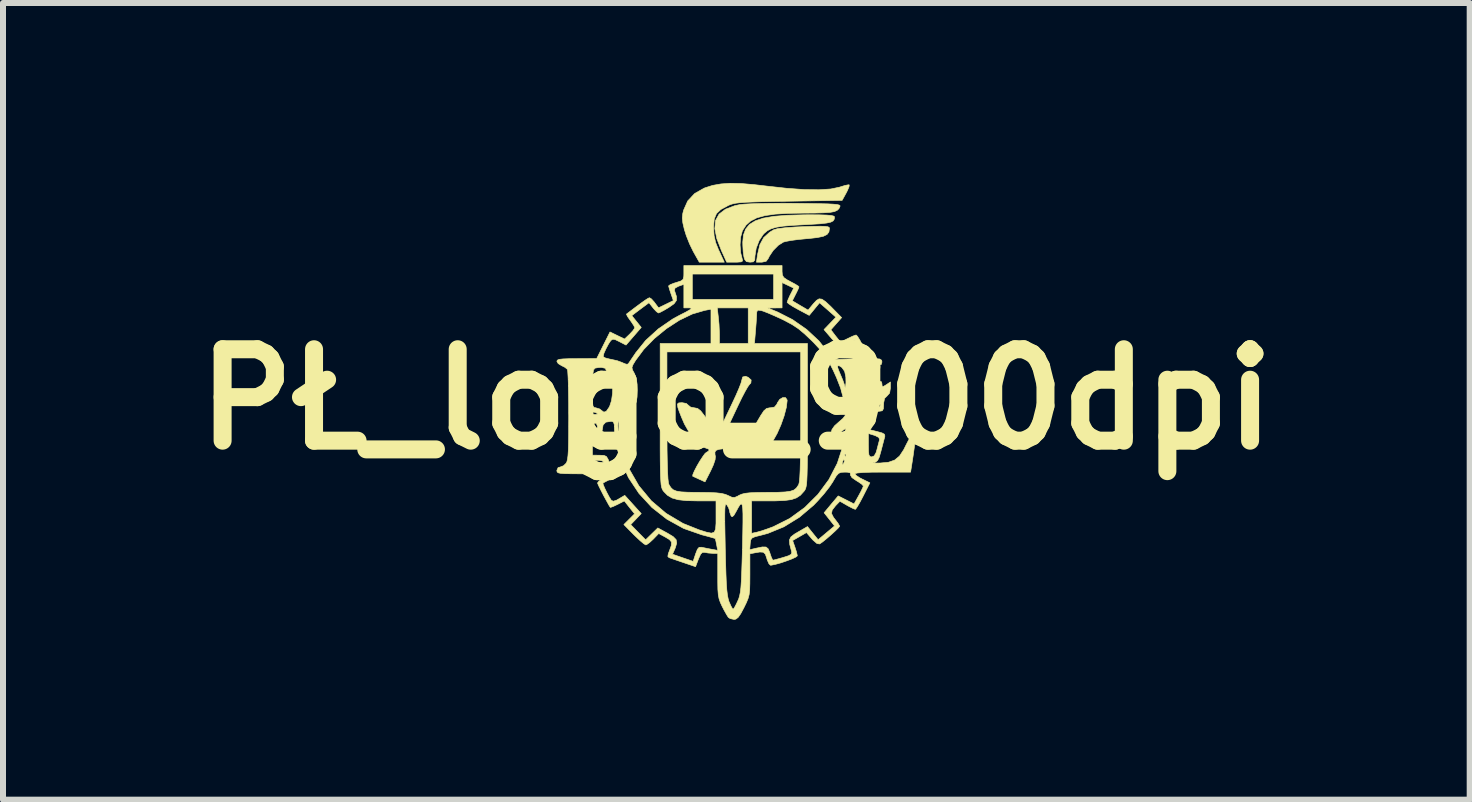
<source format=kicad_pcb>
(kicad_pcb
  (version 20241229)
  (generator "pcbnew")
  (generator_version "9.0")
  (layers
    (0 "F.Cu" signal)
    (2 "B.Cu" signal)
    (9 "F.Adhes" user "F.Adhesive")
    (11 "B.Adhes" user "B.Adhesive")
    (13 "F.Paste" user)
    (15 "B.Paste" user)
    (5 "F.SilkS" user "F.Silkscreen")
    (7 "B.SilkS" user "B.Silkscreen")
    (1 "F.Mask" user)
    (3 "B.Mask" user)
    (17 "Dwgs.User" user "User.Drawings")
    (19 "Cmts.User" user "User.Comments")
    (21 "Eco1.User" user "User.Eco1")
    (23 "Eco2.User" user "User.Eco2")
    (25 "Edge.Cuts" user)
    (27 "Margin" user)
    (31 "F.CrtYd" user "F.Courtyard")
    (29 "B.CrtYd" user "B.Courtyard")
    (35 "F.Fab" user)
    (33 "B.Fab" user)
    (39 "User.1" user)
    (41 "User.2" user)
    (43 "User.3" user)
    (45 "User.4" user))
  (footprint "PŁ_logo_900dpi"
    (layer "F.Cu")
    (at 9.224 3.606)
    (property "Reference" "PŁ_logo_900dpi" (at 0 0 0) (layer "F.SilkS") (effects (font (size 1.524 1.524) (thickness 0.3))))
    (attr through_hole)
    (fp_poly (pts (xy 1.482 -2.882) (xy 1.527 -2.876) (xy 1.548 -2.864) (xy 1.552 -2.849) (xy 1.543 -2.79) (xy 1.512 -2.748) (xy 1.449 -2.717) (xy 1.348 -2.696) (xy 1.199 -2.679) (xy 1.169 -2.677) (xy 1.034 -2.664) (xy 0.913 -2.648) (xy 0.822 -2.631) (xy 0.783 -2.62) (xy 0.699 -2.567) (xy 0.614 -2.481) (xy 0.549 -2.384) (xy 0.534 -2.351) (xy 0.497 -2.301) (xy 0.428 -2.286) (xy 0.422 -2.286) (xy 0.335 -2.286) (xy 0.355 -2.42) (xy 0.392 -2.577) (xy 0.455 -2.694) (xy 0.555 -2.785) (xy 0.621 -2.825) (xy 0.686 -2.844) (xy 0.806 -2.859) (xy 0.977 -2.872) (xy 1.122 -2.878) (xy 1.288 -2.883) (xy 1.405 -2.885) (xy 1.482 -2.882)) (stroke (width 0.01) (type solid)) (fill yes) (layer "F.SilkS"))
    (fp_poly (pts (xy 1.381 -3.075) (xy 1.505 -3.071) (xy 1.584 -3.064) (xy 1.626 -3.053) (xy 1.636 -3.041) (xy 1.632 -3.003) (xy 1.613 -2.974) (xy 1.573 -2.953) (xy 1.504 -2.938) (xy 1.399 -2.926) (xy 1.25 -2.917) (xy 1.126 -2.91) (xy 0.928 -2.899) (xy 0.777 -2.886) (xy 0.664 -2.868) (xy 0.58 -2.843) (xy 0.516 -2.81) (xy 0.463 -2.765) (xy 0.446 -2.746) (xy 0.38 -2.646) (xy 0.331 -2.519) (xy 0.311 -2.395) (xy 0.31 -2.386) (xy 0.306 -2.319) (xy 0.282 -2.291) (xy 0.228 -2.286) (xy 0.168 -2.295) (xy 0.138 -2.333) (xy 0.126 -2.377) (xy 0.114 -2.46) (xy 0.108 -2.566) (xy 0.107 -2.621) (xy 0.119 -2.74) (xy 0.155 -2.837) (xy 0.219 -2.915) (xy 0.316 -2.975) (xy 0.45 -3.02) (xy 0.626 -3.05) (xy 0.847 -3.068) (xy 1.119 -3.075) (xy 1.206 -3.076) (xy 1.381 -3.075)) (stroke (width 0.01) (type solid)) (fill yes) (layer "F.SilkS"))
    (fp_poly (pts (xy 0.975 -3.267) (xy 1.205 -3.264) (xy 1.384 -3.261) (xy 1.519 -3.258) (xy 1.615 -3.253) (xy 1.678 -3.247) (xy 1.714 -3.238) (xy 1.728 -3.228) (xy 1.728 -3.217) (xy 1.71 -3.178) (xy 1.681 -3.15) (xy 1.634 -3.129) (xy 1.561 -3.116) (xy 1.453 -3.109) (xy 1.304 -3.105) (xy 1.129 -3.104) (xy 0.863 -3.1) (xy 0.647 -3.087) (xy 0.475 -3.062) (xy 0.341 -3.025) (xy 0.238 -2.972) (xy 0.162 -2.904) (xy 0.105 -2.817) (xy 0.099 -2.804) (xy 0.071 -2.703) (xy 0.062 -2.574) (xy 0.072 -2.442) (xy 0.099 -2.335) (xy 0.104 -2.306) (xy 0.08 -2.291) (xy 0.015 -2.286) (xy -0.021 -2.286) (xy -0.161 -2.286) (xy -0.248 -2.477) (xy -0.325 -2.677) (xy -0.359 -2.844) (xy -0.347 -2.98) (xy -0.288 -3.087) (xy -0.182 -3.168) (xy -0.028 -3.227) (xy 0.059 -3.246) (xy 0.127 -3.253) (xy 0.243 -3.259) (xy 0.397 -3.264) (xy 0.579 -3.267) (xy 0.782 -3.268) (xy 0.975 -3.267)) (stroke (width 0.01) (type solid)) (fill yes) (layer "F.SilkS"))
    (fp_poly (pts (xy 0.08 -3.597) (xy 0.3 -3.578) (xy 0.508 -3.554) (xy 0.843 -3.517) (xy 1.134 -3.496) (xy 1.379 -3.493) (xy 1.575 -3.506) (xy 1.719 -3.536) (xy 1.731 -3.54) (xy 1.811 -3.565) (xy 1.868 -3.576) (xy 1.882 -3.574) (xy 1.878 -3.543) (xy 1.852 -3.481) (xy 1.83 -3.438) (xy 1.763 -3.316) (xy 0.874 -3.302) (xy 0.625 -3.298) (xy 0.425 -3.294) (xy 0.269 -3.289) (xy 0.148 -3.284) (xy 0.058 -3.277) (xy -0.01 -3.269) (xy -0.061 -3.258) (xy -0.103 -3.245) (xy -0.141 -3.228) (xy -0.259 -3.164) (xy -0.331 -3.096) (xy -0.368 -3.008) (xy -0.379 -2.885) (xy -0.379 -2.854) (xy -0.371 -2.726) (xy -0.345 -2.613) (xy -0.294 -2.485) (xy -0.289 -2.477) (xy -0.201 -2.286) (xy -0.618 -2.286) (xy -0.718 -2.464) (xy -0.779 -2.589) (xy -0.835 -2.73) (xy -0.866 -2.829) (xy -0.892 -2.94) (xy -0.901 -3.022) (xy -0.893 -3.097) (xy -0.879 -3.153) (xy -0.811 -3.306) (xy -0.695 -3.43) (xy -0.538 -3.519) (xy -0.521 -3.526) (xy -0.394 -3.566) (xy -0.257 -3.59) (xy -0.103 -3.601) (xy 0.08 -3.597)) (stroke (width 0.01) (type solid)) (fill yes) (layer "F.SilkS"))
    (fp_poly (pts (xy 0.197 -0.367) (xy 0.247 -0.322) (xy 0.242 -0.272) (xy 0.215 -0.243) (xy 0.189 -0.206) (xy 0.145 -0.129) (xy 0.09 -0.024) (xy 0.034 0.092) (xy -0.109 0.395) (xy 0.333 0.395) (xy 0.408 0.268) (xy 0.459 0.191) (xy 0.504 0.152) (xy 0.558 0.141) (xy 0.568 0.141) (xy 0.635 0.13) (xy 0.674 0.084) (xy 0.686 0.056) (xy 0.724 0.000007) (xy 0.774 -0.029) (xy 0.82 -0.028) (xy 0.845 0.008) (xy 0.847 0.022) (xy 0.833 0.136) (xy 0.796 0.277) (xy 0.743 0.427) (xy 0.68 0.569) (xy 0.615 0.685) (xy 0.572 0.741) (xy 0.497 0.818) (xy 0.082 0.818) (xy -0.089 0.819) (xy -0.212 0.824) (xy -0.292 0.834) (xy -0.338 0.851) (xy -0.357 0.879) (xy -0.356 0.92) (xy -0.349 0.953) (xy -0.354 1.007) (xy -0.383 1.093) (xy -0.428 1.192) (xy -0.522 1.376) (xy -0.621 1.331) (xy -0.686 1.301) (xy -0.725 1.283) (xy -0.728 1.281) (xy -0.725 1.254) (xy -0.699 1.193) (xy -0.658 1.114) (xy -0.609 1.03) (xy -0.56 0.955) (xy -0.521 0.902) (xy -0.502 0.887) (xy -0.459 0.86) (xy -0.457 0.831) (xy -0.495 0.818) (xy -0.555 0.795) (xy -0.632 0.733) (xy -0.715 0.642) (xy -0.795 0.535) (xy -0.86 0.421) (xy -0.869 0.403) (xy -0.915 0.297) (xy -0.953 0.201) (xy -0.975 0.136) (xy -0.975 0.134) (xy -0.983 0.08) (xy -0.961 0.06) (xy -0.905 0.056) (xy -0.834 0.069) (xy -0.8 0.099) (xy -0.762 0.13) (xy -0.704 0.141) (xy -0.646 0.152) (xy -0.594 0.193) (xy -0.536 0.268) (xy -0.48 0.343) (xy -0.434 0.381) (xy -0.378 0.394) (xy -0.337 0.395) (xy -0.225 0.395) (xy -0.067 0.064) (xy -0.007 -0.065) (xy 0.042 -0.178) (xy 0.076 -0.265) (xy 0.09 -0.314) (xy 0.09 -0.317) (xy 0.105 -0.372) (xy 0.153 -0.384) (xy 0.197 -0.367)) (stroke (width 0.01) (type solid)) (fill yes) (layer "F.SilkS"))
    (fp_poly (pts (xy 0.762 -2.131) (xy 0.767 -2.072) (xy 0.79 -2.031) (xy 0.844 -1.993) (xy 0.903 -1.961) (xy 0.98 -1.92) (xy 1.031 -1.888) (xy 1.044 -1.875) (xy 1.033 -1.843) (xy 1.003 -1.78) (xy 0.988 -1.751) (xy 0.933 -1.642) (xy 1.064 -1.564) (xy 1.196 -1.487) (xy 1.285 -1.594) (xy 1.336 -1.649) (xy 1.38 -1.675) (xy 1.427 -1.669) (xy 1.487 -1.628) (xy 1.571 -1.55) (xy 1.618 -1.502) (xy 1.755 -1.362) (xy 1.576 -1.159) (xy 1.652 -1.059) (xy 1.7 -0.999) (xy 1.734 -0.964) (xy 1.74 -0.96) (xy 1.77 -0.971) (xy 1.832 -1.001) (xy 1.863 -1.016) (xy 1.935 -1.051) (xy 1.987 -1.07) (xy 1.997 -1.072) (xy 2.02 -1.049) (xy 2.059 -0.986) (xy 2.106 -0.897) (xy 2.117 -0.875) (xy 2.166 -0.776) (xy 2.202 -0.717) (xy 2.236 -0.688) (xy 2.278 -0.678) (xy 2.32 -0.677) (xy 2.391 -0.672) (xy 2.422 -0.651) (xy 2.427 -0.621) (xy 2.414 -0.579) (xy 2.364 -0.565) (xy 2.343 -0.564) (xy 2.264 -0.543) (xy 2.217 -0.478) (xy 2.201 -0.366) (xy 2.201 -0.365) (xy 2.204 -0.308) (xy 2.224 -0.286) (xy 2.275 -0.287) (xy 2.314 -0.293) (xy 2.386 -0.301) (xy 2.419 -0.292) (xy 2.427 -0.259) (xy 2.427 -0.254) (xy 2.431 -0.216) (xy 2.452 -0.215) (xy 2.498 -0.242) (xy 2.568 -0.289) (xy 2.568 -0.188) (xy 2.555 -0.104) (xy 2.513 -0.057) (xy 2.512 -0.056) (xy 2.471 -0.016) (xy 2.456 0.058) (xy 2.455 0.086) (xy 2.451 0.158) (xy 2.432 0.191) (xy 2.392 0.198) (xy 2.29 0.206) (xy 2.232 0.233) (xy 2.206 0.292) (xy 2.201 0.367) (xy 2.201 0.502) (xy 2.345 0.537) (xy 2.428 0.56) (xy 2.468 0.582) (xy 2.476 0.612) (xy 2.472 0.631) (xy 2.456 0.69) (xy 2.432 0.782) (xy 2.41 0.866) (xy 2.382 0.964) (xy 2.355 1.019) (xy 2.322 1.046) (xy 2.29 1.054) (xy 2.277 1.06) (xy 2.313 1.063) (xy 2.39 1.062) (xy 2.399 1.062) (xy 2.537 1.049) (xy 2.639 1.013) (xy 2.72 0.946) (xy 2.791 0.838) (xy 2.83 0.759) (xy 2.878 0.666) (xy 2.922 0.597) (xy 2.953 0.566) (xy 2.956 0.565) (xy 2.989 0.583) (xy 2.992 0.594) (xy 2.988 0.636) (xy 2.977 0.718) (xy 2.963 0.826) (xy 2.946 0.947) (xy 2.928 1.063) (xy 2.919 1.122) (xy 2.904 1.214) (xy 2.44 1.214) (xy 2.253 1.215) (xy 2.112 1.22) (xy 2.018 1.228) (xy 1.977 1.239) (xy 1.976 1.242) (xy 1.999 1.27) (xy 2.058 1.309) (xy 2.101 1.331) (xy 2.226 1.392) (xy 2.114 1.613) (xy 2.062 1.712) (xy 2.018 1.788) (xy 1.989 1.83) (xy 1.982 1.834) (xy 1.947 1.821) (xy 1.882 1.788) (xy 1.844 1.767) (xy 1.726 1.699) (xy 1.653 1.775) (xy 1.598 1.845) (xy 1.586 1.903) (xy 1.619 1.968) (xy 1.651 2.009) (xy 1.696 2.068) (xy 1.72 2.11) (xy 1.722 2.115) (xy 1.702 2.142) (xy 1.65 2.193) (xy 1.58 2.257) (xy 1.505 2.322) (xy 1.436 2.378) (xy 1.388 2.411) (xy 1.344 2.404) (xy 1.279 2.348) (xy 1.26 2.327) (xy 1.169 2.221) (xy 1.053 2.288) (xy 0.938 2.354) (xy 0.977 2.465) (xy 1.002 2.543) (xy 1.015 2.6) (xy 1.016 2.61) (xy 0.991 2.63) (xy 0.927 2.66) (xy 0.839 2.693) (xy 0.742 2.726) (xy 0.652 2.751) (xy 0.583 2.765) (xy 0.568 2.766) (xy 0.543 2.741) (xy 0.516 2.68) (xy 0.508 2.653) (xy 0.484 2.582) (xy 0.45 2.549) (xy 0.392 2.545) (xy 0.314 2.558) (xy 0.226 2.575) (xy 0.226 2.925) (xy 0.225 3.072) (xy 0.222 3.178) (xy 0.213 3.256) (xy 0.195 3.322) (xy 0.167 3.39) (xy 0.127 3.472) (xy 0.072 3.575) (xy 0.029 3.636) (xy -0.008 3.664) (xy -0.039 3.669) (xy -0.103 3.655) (xy -0.134 3.634) (xy -0.162 3.59) (xy -0.204 3.515) (xy -0.237 3.451) (xy -0.267 3.386) (xy -0.288 3.326) (xy -0.301 3.258) (xy -0.308 3.168) (xy -0.31 3.045) (xy -0.31 2.936) (xy -0.31 2.568) (xy -0.388 2.568) (xy -0.47 2.562) (xy -0.525 2.552) (xy -0.564 2.551) (xy -0.595 2.581) (xy -0.628 2.653) (xy -0.632 2.663) (xy -0.68 2.79) (xy -0.883 2.721) (xy -0.986 2.686) (xy -1.07 2.657) (xy -1.119 2.64) (xy -1.122 2.639) (xy -1.142 2.619) (xy -1.134 2.573) (xy -1.115 2.523) (xy -1.083 2.435) (xy -1.081 2.379) (xy -1.115 2.338) (xy -1.183 2.297) (xy -1.294 2.237) (xy -1.386 2.332) (xy -1.447 2.388) (xy -1.496 2.423) (xy -1.509 2.427) (xy -1.542 2.408) (xy -1.602 2.358) (xy -1.679 2.286) (xy -1.708 2.258) (xy -1.875 2.088) (xy -1.786 1.999) (xy -1.696 1.909) (xy -1.782 1.802) (xy -1.867 1.694) (xy -1.98 1.752) (xy -2.05 1.785) (xy -2.094 1.801) (xy -2.101 1.801) (xy -2.126 1.762) (xy -2.165 1.691) (xy -2.212 1.605) (xy -2.257 1.517) (xy -2.294 1.443) (xy -2.313 1.399) (xy -2.314 1.394) (xy -2.292 1.365) (xy -2.236 1.326) (xy -2.218 1.316) (xy -2.122 1.264) (xy -2.168 1.14) (xy -2.2 1.064) (xy -2.233 1.027) (xy -2.283 1.017) (xy -2.311 1.016) (xy -2.374 1.018) (xy -2.389 1.031) (xy -2.364 1.064) (xy -2.357 1.072) (xy -2.299 1.115) (xy -2.253 1.129) (xy -2.21 1.151) (xy -2.201 1.185) (xy -2.204 1.208) (xy -2.219 1.223) (xy -2.254 1.233) (xy -2.318 1.239) (xy -2.419 1.241) (xy -2.567 1.242) (xy -2.596 1.242) (xy -2.753 1.241) (xy -2.861 1.239) (xy -2.931 1.234) (xy -2.97 1.225) (xy -2.987 1.211) (xy -2.992 1.19) (xy -2.992 1.185) (xy -2.971 1.138) (xy -2.937 1.129) (xy -2.88 1.107) (xy -2.838 1.066) (xy -2.824 1.039) (xy -2.814 0.997) (xy -2.806 0.934) (xy -2.8 0.842) (xy -2.798 0.761) (xy -2.399 0.761) (xy -2.399 0.931) (xy -2.279 0.932) (xy -2.207 0.935) (xy -2.166 0.953) (xy -2.138 0.999) (xy -2.114 1.066) (xy -2.084 1.154) (xy -2.057 1.226) (xy -2.048 1.247) (xy -2.048 1.287) (xy -2.09 1.325) (xy -2.121 1.342) (xy -2.185 1.375) (xy -2.222 1.396) (xy -2.224 1.398) (xy -2.218 1.425) (xy -2.193 1.484) (xy -2.157 1.557) (xy -2.119 1.628) (xy -2.087 1.679) (xy -2.083 1.684) (xy -2.051 1.699) (xy -1.994 1.68) (xy -1.958 1.659) (xy -1.86 1.601) (xy -1.585 1.905) (xy -1.673 1.997) (xy -1.761 2.089) (xy -1.637 2.216) (xy -1.512 2.342) (xy -1.309 2.144) (xy -1.149 2.231) (xy -1.053 2.289) (xy -1.004 2.339) (xy -0.994 2.396) (xy -1.017 2.475) (xy -1.027 2.498) (xy -1.064 2.582) (xy -0.892 2.642) (xy -0.72 2.701) (xy -0.679 2.577) (xy -0.649 2.5) (xy -0.62 2.467) (xy -0.581 2.466) (xy -0.58 2.466) (xy -0.513 2.48) (xy -0.427 2.497) (xy -0.416 2.499) (xy -0.311 2.518) (xy -0.329 2.423) (xy -0.342 2.358) (xy -0.351 2.323) (xy -0.352 2.321) (xy -0.38 2.312) (xy -0.449 2.292) (xy -0.546 2.266) (xy -0.575 2.259) (xy -0.878 2.153) (xy -1.157 1.999) (xy -1.407 1.803) (xy -1.623 1.569) (xy -1.799 1.304) (xy -1.929 1.013) (xy -1.976 0.858) (xy -2.004 0.732) (xy -2.024 0.607) (xy -2.032 0.508) (xy -2.032 0.503) (xy -2.034 0.448) (xy -1.975 0.448) (xy -1.961 0.603) (xy -1.922 0.786) (xy -1.865 0.974) (xy -1.794 1.148) (xy -1.793 1.15) (xy -1.626 1.44) (xy -1.418 1.691) (xy -1.171 1.901) (xy -0.889 2.069) (xy -0.621 2.176) (xy -0.497 2.215) (xy -0.416 2.231) (xy -0.369 2.216) (xy -0.346 2.164) (xy -0.339 2.067) (xy -0.339 1.961) (xy -0.339 1.913) (xy -0.193 1.913) (xy -0.193 2.035) (xy -0.19 2.2) (xy -0.186 2.415) (xy -0.185 2.484) (xy -0.179 2.724) (xy -0.173 2.915) (xy -0.167 3.063) (xy -0.159 3.176) (xy -0.149 3.26) (xy -0.137 3.322) (xy -0.123 3.37) (xy -0.119 3.38) (xy -0.087 3.451) (xy -0.061 3.494) (xy -0.054 3.499) (xy -0.034 3.476) (xy -0.002 3.416) (xy 0.022 3.365) (xy 0.041 3.321) (xy 0.055 3.272) (xy 0.067 3.213) (xy 0.076 3.135) (xy 0.083 3.03) (xy 0.089 2.892) (xy 0.095 2.713) (xy 0.101 2.507) (xy 0.223 2.507) (xy 0.33 2.482) (xy 0.432 2.461) (xy 0.494 2.462) (xy 0.53 2.491) (xy 0.556 2.551) (xy 0.561 2.568) (xy 0.585 2.638) (xy 0.606 2.678) (xy 0.611 2.681) (xy 0.644 2.674) (xy 0.715 2.655) (xy 0.781 2.636) (xy 0.869 2.608) (xy 0.913 2.584) (xy 0.924 2.555) (xy 0.919 2.53) (xy 0.89 2.42) (xy 0.884 2.346) (xy 0.909 2.294) (xy 0.969 2.247) (xy 1.03 2.211) (xy 1.186 2.121) (xy 1.274 2.231) (xy 1.363 2.341) (xy 1.5 2.226) (xy 1.637 2.111) (xy 1.55 2.001) (xy 1.463 1.891) (xy 1.58 1.75) (xy 1.698 1.61) (xy 1.83 1.677) (xy 1.962 1.744) (xy 2.039 1.606) (xy 2.082 1.526) (xy 2.11 1.466) (xy 2.117 1.445) (xy 2.094 1.418) (xy 2.037 1.378) (xy 2.002 1.357) (xy 1.927 1.305) (xy 1.901 1.262) (xy 1.902 1.253) (xy 1.898 1.226) (xy 1.851 1.215) (xy 1.808 1.214) (xy 1.747 1.217) (xy 1.705 1.234) (xy 1.666 1.277) (xy 1.618 1.357) (xy 1.608 1.376) (xy 1.548 1.465) (xy 1.461 1.576) (xy 1.358 1.692) (xy 1.288 1.765) (xy 1.051 1.966) (xy 0.793 2.125) (xy 0.525 2.235) (xy 0.409 2.266) (xy 0.316 2.289) (xy 0.265 2.31) (xy 0.241 2.341) (xy 0.232 2.392) (xy 0.231 2.405) (xy 0.223 2.507) (xy 0.101 2.507) (xy 0.101 2.486) (xy 0.102 2.472) (xy 0.107 2.234) (xy 0.11 2.047) (xy 0.11 1.909) (xy 0.106 1.815) (xy 0.097 1.76) (xy 0.082 1.742) (xy 0.062 1.756) (xy 0.035 1.798) (xy -0.000232 1.863) (xy -0.003 1.869) (xy -0.043 1.937) (xy -0.07 1.958) (xy -0.087 1.945) (xy -0.11 1.883) (xy -0.112 1.861) (xy -0.13 1.806) (xy -0.157 1.762) (xy -0.17 1.75) (xy -0.18 1.753) (xy -0.187 1.778) (xy -0.191 1.829) (xy -0.193 1.913) (xy -0.339 1.913) (xy -0.339 1.693) (xy 0.254 1.693) (xy 0.254 2.234) (xy 0.346 2.214) (xy 0.421 2.193) (xy 0.523 2.158) (xy 0.615 2.124) (xy 0.89 1.986) (xy 1.14 1.804) (xy 1.36 1.585) (xy 1.543 1.337) (xy 1.673 1.086) (xy 1.764 1.086) (xy 1.781 1.08) (xy 1.783 1.079) (xy 1.803 1.03) (xy 1.8 1.012) (xy 1.786 1.006) (xy 1.77 1.042) (xy 1.764 1.086) (xy 1.673 1.086) (xy 1.683 1.066) (xy 1.727 0.931) (xy 1.806 0.931) (xy 1.817 0.955) (xy 1.825 0.95) (xy 1.828 0.917) (xy 1.825 0.913) (xy 1.808 0.916) (xy 1.806 0.931) (xy 1.727 0.931) (xy 1.776 0.78) (xy 1.779 0.765) (xy 2.201 0.765) (xy 2.203 0.868) (xy 2.21 0.927) (xy 2.226 0.953) (xy 2.255 0.96) (xy 2.257 0.96) (xy 2.298 0.943) (xy 2.329 0.888) (xy 2.343 0.84) (xy 2.365 0.755) (xy 2.383 0.688) (xy 2.387 0.675) (xy 2.376 0.637) (xy 2.315 0.605) (xy 2.3 0.6) (xy 2.201 0.57) (xy 2.201 0.765) (xy 1.779 0.765) (xy 1.799 0.658) (xy 1.825 0.483) (xy 1.746 0.539) (xy 1.687 0.585) (xy 1.651 0.62) (xy 1.65 0.622) (xy 1.617 0.65) (xy 1.591 0.628) (xy 1.58 0.566) (xy 1.593 0.505) (xy 1.636 0.443) (xy 1.705 0.381) (xy 1.776 0.319) (xy 1.812 0.273) (xy 1.821 0.223) (xy 1.816 0.175) (xy 1.809 0.13) (xy 2.314 0.13) (xy 2.337 0.14) (xy 2.357 0.141) (xy 2.393 0.118) (xy 2.399 0.095) (xy 2.391 0.065) (xy 2.361 0.081) (xy 2.357 0.085) (xy 2.321 0.118) (xy 2.314 0.13) (xy 1.809 0.13) (xy 1.784 -0.016) (xy 1.758 -0.111) (xy 2.201 -0.111) (xy 2.206 -0.04) (xy 2.225 -0.016) (xy 2.268 -0.036) (xy 2.321 -0.079) (xy 2.368 -0.14) (xy 2.366 -0.192) (xy 2.319 -0.222) (xy 2.286 -0.226) (xy 2.232 -0.221) (xy 2.208 -0.198) (xy 2.201 -0.138) (xy 2.201 -0.111) (xy 1.758 -0.111) (xy 1.738 -0.187) (xy 1.67 -0.361) (xy 1.617 -0.478) (xy 1.588 -0.536) (xy 1.687 -0.536) (xy 1.706 -0.481) (xy 1.736 -0.41) (xy 1.775 -0.318) (xy 1.802 -0.241) (xy 1.811 -0.204) (xy 1.816 -0.198) (xy 1.823 -0.24) (xy 1.827 -0.275) (xy 1.825 -0.371) (xy 1.807 -0.457) (xy 1.801 -0.472) (xy 1.759 -0.531) (xy 1.715 -0.559) (xy 1.691 -0.558) (xy 1.687 -0.536) (xy 1.588 -0.536) (xy 1.548 -0.614) (xy 1.48 -0.724) (xy 1.399 -0.826) (xy 1.293 -0.941) (xy 1.258 -0.976) (xy 1.137 -1.091) (xy 1.034 -1.177) (xy 0.928 -1.247) (xy 0.801 -1.315) (xy 0.76 -1.335) (xy 0.64 -1.39) (xy 0.531 -1.437) (xy 0.449 -1.469) (xy 0.416 -1.479) (xy 0.361 -1.486) (xy 0.341 -1.461) (xy 0.339 -1.43) (xy 0.336 -1.37) (xy 0.33 -1.273) (xy 0.321 -1.16) (xy 0.32 -1.147) (xy 0.302 -0.931) (xy 1.185 -0.931) (xy 1.185 0.264) (xy 1.185 0.555) (xy 1.185 0.795) (xy 1.184 0.99) (xy 1.182 1.143) (xy 1.179 1.262) (xy 1.175 1.351) (xy 1.17 1.415) (xy 1.162 1.46) (xy 1.153 1.492) (xy 1.141 1.515) (xy 1.127 1.534) (xy 1.126 1.535) (xy 1.068 1.599) (xy 1.001 1.643) (xy 0.916 1.672) (xy 0.801 1.687) (xy 0.645 1.693) (xy 0.58 1.693) (xy 0.254 1.693) (xy -0.339 1.693) (xy -0.65 1.693) (xy -0.833 1.689) (xy -0.969 1.674) (xy -1.071 1.645) (xy -1.148 1.6) (xy -1.209 1.538) (xy -1.224 1.518) (xy -1.236 1.495) (xy -1.246 1.466) (xy -1.254 1.423) (xy -1.259 1.362) (xy -1.264 1.277) (xy -1.267 1.164) (xy -1.269 1.016) (xy -1.27 0.829) (xy -1.27 0.596) (xy -1.27 0.314) (xy -1.27 0.264) (xy -1.27 -0.79) (xy -1.157 -0.79) (xy -1.157 0.284) (xy -1.156 0.593) (xy -1.155 0.849) (xy -1.151 1.054) (xy -1.146 1.211) (xy -1.14 1.323) (xy -1.132 1.393) (xy -1.124 1.42) (xy -1.093 1.47) (xy -1.056 1.506) (xy -1.002 1.529) (xy -0.922 1.543) (xy -0.807 1.549) (xy -0.647 1.551) (xy -0.621 1.551) (xy -0.454 1.553) (xy -0.333 1.559) (xy -0.246 1.569) (xy -0.182 1.585) (xy -0.141 1.602) (xy -0.074 1.633) (xy -0.028 1.636) (xy 0.025 1.613) (xy 0.042 1.602) (xy 0.087 1.582) (xy 0.145 1.567) (xy 0.228 1.558) (xy 0.344 1.553) (xy 0.506 1.551) (xy 0.522 1.551) (xy 0.692 1.55) (xy 0.816 1.544) (xy 0.902 1.532) (xy 0.96 1.512) (xy 1 1.48) (xy 1.031 1.435) (xy 1.04 1.42) (xy 1.049 1.382) (xy 1.057 1.303) (xy 1.063 1.182) (xy 1.067 1.015) (xy 1.07 0.799) (xy 1.072 0.532) (xy 1.072 0.284) (xy 1.072 -0.79) (xy -1.157 -0.79) (xy -1.27 -0.79) (xy -1.27 -0.931) (xy -0.423 -0.931) (xy -0.423 -1.502) (xy -0.529 -1.482) (xy -0.734 -1.422) (xy -0.95 -1.318) (xy -1.164 -1.179) (xy -1.366 -1.014) (xy -1.544 -0.831) (xy -1.678 -0.651) (xy -1.723 -0.577) (xy -1.74 -0.531) (xy -1.732 -0.491) (xy -1.704 -0.44) (xy -1.67 -0.36) (xy -1.654 -0.251) (xy -1.651 -0.153) (xy -1.655 -0.037) (xy -1.669 0.046) (xy -1.699 0.115) (xy -1.726 0.16) (xy -1.79 0.237) (xy -1.863 0.296) (xy -1.888 0.309) (xy -1.948 0.343) (xy -1.972 0.391) (xy -1.975 0.448) (xy -2.034 0.448) (xy -2.035 0.42) (xy -2.049 0.379) (xy -2.079 0.367) (xy -2.086 0.367) (xy -2.176 0.381) (xy -2.221 0.428) (xy -2.23 0.479) (xy -2.24 0.538) (xy -2.283 0.567) (xy -2.314 0.574) (xy -2.361 0.587) (xy -2.386 0.609) (xy -2.397 0.656) (xy -2.399 0.743) (xy -2.399 0.761) (xy -2.798 0.761) (xy -2.797 0.716) (xy -2.795 0.548) (xy -2.795 0.452) (xy -2.399 0.452) (xy -2.381 0.498) (xy -2.357 0.508) (xy -2.322 0.484) (xy -2.314 0.452) (xy -2.332 0.406) (xy -2.357 0.395) (xy -2.391 0.419) (xy -2.399 0.452) (xy -2.795 0.452) (xy -2.794 0.332) (xy -2.794 0.269) (xy -2.795 0.227) (xy -2.399 0.227) (xy -2.376 0.251) (xy -2.357 0.254) (xy -2.319 0.248) (xy -2.314 0.243) (xy -2.336 0.225) (xy -2.357 0.216) (xy -2.393 0.215) (xy -2.399 0.227) (xy -2.795 0.227) (xy -2.795 0.07) (xy -2.798 -0.112) (xy -2.8 -0.222) (xy -2.399 -0.222) (xy -2.399 -0.041) (xy -2.397 0.058) (xy -2.389 0.113) (xy -2.371 0.137) (xy -2.344 0.141) (xy -2.278 0.161) (xy -2.252 0.182) (xy -2.208 0.214) (xy -2.167 0.199) (xy -2.121 0.133) (xy -2.11 0.111) (xy -2.081 0.022) (xy -2.064 -0.097) (xy -2.06 -0.221) (xy -2.07 -0.325) (xy -2.079 -0.356) (xy -2.095 -0.379) (xy -2.113 -0.357) (xy -2.132 -0.309) (xy -2.158 -0.247) (xy -2.193 -0.22) (xy -2.257 -0.216) (xy -2.282 -0.217) (xy -2.399 -0.222) (xy -2.8 -0.222) (xy -2.801 -0.267) (xy -2.803 -0.327) (xy -2.397 -0.327) (xy -2.384 -0.292) (xy -2.344 -0.283) (xy -2.306 -0.282) (xy -2.242 -0.289) (xy -2.205 -0.318) (xy -2.179 -0.387) (xy -2.163 -0.471) (xy -2.185 -0.517) (xy -2.251 -0.532) (xy -2.3 -0.529) (xy -2.354 -0.52) (xy -2.38 -0.491) (xy -2.391 -0.428) (xy -2.393 -0.402) (xy -2.397 -0.327) (xy -2.803 -0.327) (xy -2.806 -0.389) (xy -2.811 -0.469) (xy -2.816 -0.499) (xy -2.857 -0.533) (xy -2.915 -0.562) (xy -2.97 -0.596) (xy -2.992 -0.634) (xy -2.983 -0.653) (xy -2.953 -0.666) (xy -2.891 -0.673) (xy -2.79 -0.677) (xy -2.66 -0.678) (xy -2.328 -0.68) (xy -2.309 -0.717) (xy -2.219 -0.717) (xy -2.217 -0.708) (xy -2.182 -0.689) (xy -2.112 -0.671) (xy -2.082 -0.665) (xy -1.987 -0.644) (xy -1.905 -0.614) (xy -1.891 -0.607) (xy -1.836 -0.585) (xy -1.805 -0.588) (xy -1.783 -0.619) (xy -1.739 -0.684) (xy -1.682 -0.768) (xy -1.681 -0.771) (xy -1.512 -0.981) (xy -1.3 -1.174) (xy -1.06 -1.339) (xy -0.952 -1.398) (xy -0.84 -1.455) (xy -0.775 -1.492) (xy -0.751 -1.513) (xy -0.763 -1.523) (xy -0.787 -1.524) (xy -0.318 -1.524) (xy -0.301 -1.376) (xy -0.289 -1.252) (xy -0.283 -1.12) (xy -0.282 -1.079) (xy -0.282 -0.931) (xy 0.198 -0.931) (xy 0.198 -1.523) (xy 0.522 -1.523) (xy 0.688 -1.455) (xy 0.937 -1.328) (xy 1.171 -1.165) (xy 1.374 -0.976) (xy 1.507 -0.81) (xy 1.608 -0.663) (xy 1.862 -0.672) (xy 1.974 -0.678) (xy 2.061 -0.684) (xy 2.11 -0.691) (xy 2.117 -0.694) (xy 2.105 -0.725) (xy 2.075 -0.789) (xy 2.046 -0.848) (xy 1.974 -0.988) (xy 1.863 -0.932) (xy 1.791 -0.897) (xy 1.74 -0.877) (xy 1.73 -0.875) (xy 1.701 -0.895) (xy 1.649 -0.947) (xy 1.584 -1.018) (xy 1.461 -1.162) (xy 1.56 -1.265) (xy 1.66 -1.369) (xy 1.524 -1.489) (xy 1.387 -1.609) (xy 1.215 -1.399) (xy 1.031 -1.497) (xy 0.942 -1.547) (xy 0.877 -1.589) (xy 0.847 -1.615) (xy 0.847 -1.617) (xy 0.859 -1.654) (xy 0.888 -1.72) (xy 0.901 -1.746) (xy 0.956 -1.854) (xy 0.859 -1.9) (xy 0.762 -1.946) (xy 0.762 -1.524) (xy 0.642 -1.523) (xy 0.522 -1.523) (xy 0.198 -1.523) (xy 0.198 -1.524) (xy -0.318 -1.524) (xy -0.787 -1.524) (xy -0.875 -1.524) (xy -0.875 -1.916) (xy -0.961 -1.886) (xy -1.021 -1.855) (xy -1.032 -1.818) (xy -1.03 -1.81) (xy -0.998 -1.713) (xy -0.999 -1.647) (xy -1.038 -1.593) (xy -1.122 -1.534) (xy -1.128 -1.53) (xy -1.209 -1.482) (xy -1.272 -1.449) (xy -1.298 -1.439) (xy -1.33 -1.46) (xy -1.377 -1.51) (xy -1.389 -1.525) (xy -1.456 -1.61) (xy -1.6 -1.503) (xy -1.743 -1.395) (xy -1.664 -1.297) (xy -1.585 -1.198) (xy -1.712 -1.051) (xy -1.839 -0.904) (xy -1.953 -0.963) (xy -2.017 -0.994) (xy -2.059 -1.002) (xy -2.092 -0.981) (xy -2.13 -0.924) (xy -2.175 -0.839) (xy -2.207 -0.768) (xy -2.219 -0.717) (xy -2.309 -0.717) (xy -2.217 -0.901) (xy -2.106 -1.123) (xy -1.985 -1.064) (xy -1.863 -1.005) (xy -1.778 -1.086) (xy -1.725 -1.143) (xy -1.696 -1.185) (xy -1.693 -1.192) (xy -1.709 -1.228) (xy -1.749 -1.289) (xy -1.768 -1.315) (xy -1.811 -1.376) (xy -1.831 -1.415) (xy -1.831 -1.421) (xy -1.689 -1.529) (xy -1.585 -1.606) (xy -1.514 -1.656) (xy -1.47 -1.684) (xy -1.448 -1.693) (xy -1.447 -1.693) (xy -1.415 -1.673) (xy -1.369 -1.622) (xy -1.36 -1.609) (xy -1.297 -1.525) (xy -1.174 -1.585) (xy -1.05 -1.645) (xy -1.089 -1.758) (xy -1.114 -1.832) (xy -1.128 -1.883) (xy -1.129 -1.891) (xy -1.104 -1.91) (xy -1.042 -1.935) (xy -1.002 -1.947) (xy -0.925 -1.972) (xy -0.888 -1.999) (xy -0.876 -2.049) (xy -0.875 -2.088) (xy -0.734 -2.088) (xy -0.734 -1.665) (xy 0.621 -1.665) (xy 0.621 -2.088) (xy -0.734 -2.088) (xy -0.875 -2.088) (xy -0.875 -2.106) (xy -0.875 -2.23) (xy 0.762 -2.23) (xy 0.762 -2.131)) (stroke (width 0.01) (type solid)) (fill yes) (layer "F.SilkS")))
  (gr_rect
    (start -3 -3)
    (end 21.448 10.28)
    (stroke (width 0.1) (type default))
    (fill no)
    (layer "Edge.Cuts")))
</source>
